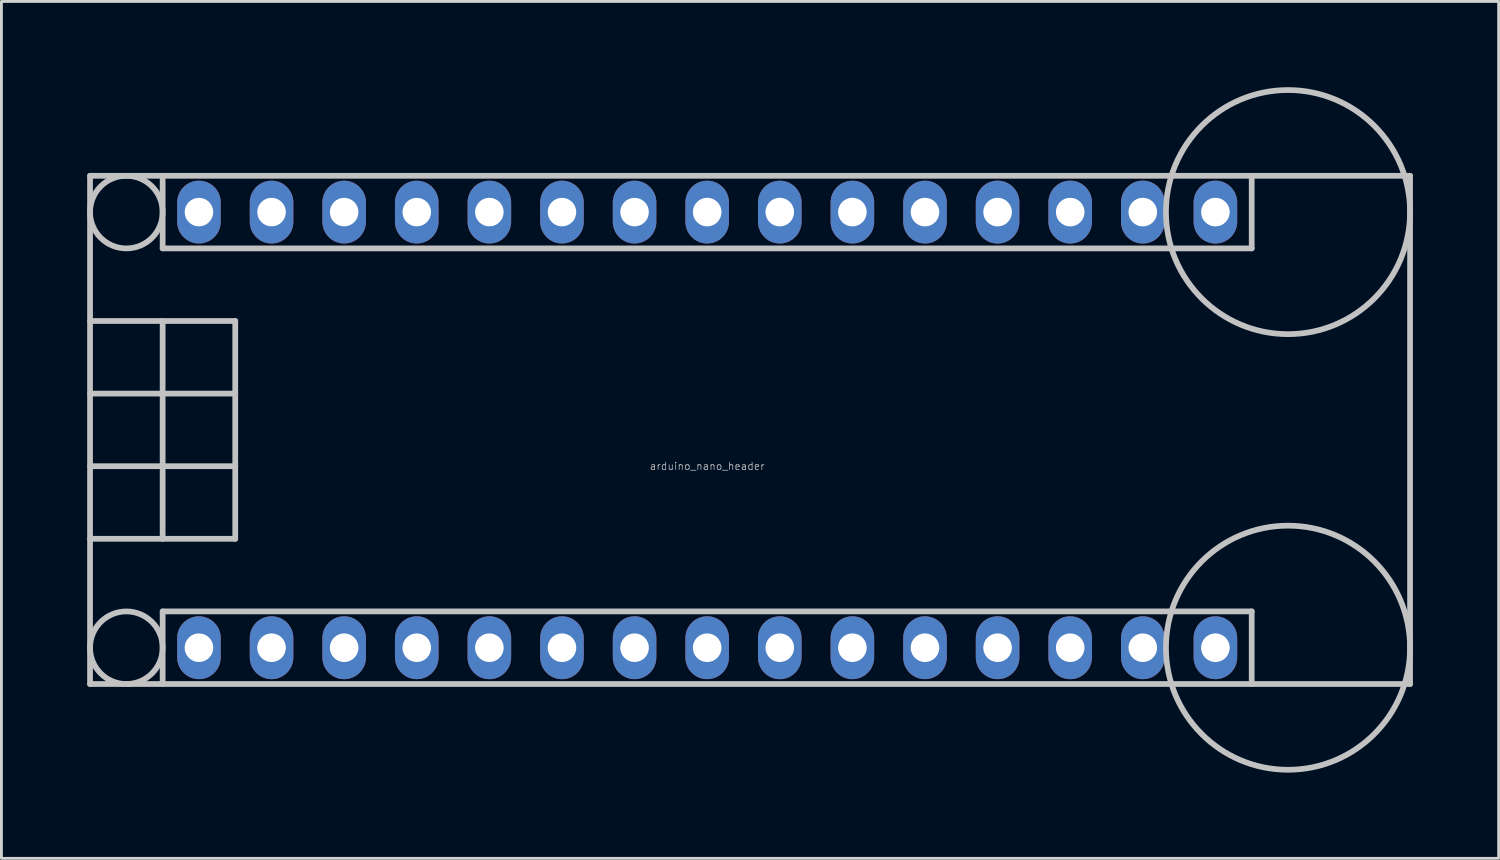
<source format=kicad_pcb>
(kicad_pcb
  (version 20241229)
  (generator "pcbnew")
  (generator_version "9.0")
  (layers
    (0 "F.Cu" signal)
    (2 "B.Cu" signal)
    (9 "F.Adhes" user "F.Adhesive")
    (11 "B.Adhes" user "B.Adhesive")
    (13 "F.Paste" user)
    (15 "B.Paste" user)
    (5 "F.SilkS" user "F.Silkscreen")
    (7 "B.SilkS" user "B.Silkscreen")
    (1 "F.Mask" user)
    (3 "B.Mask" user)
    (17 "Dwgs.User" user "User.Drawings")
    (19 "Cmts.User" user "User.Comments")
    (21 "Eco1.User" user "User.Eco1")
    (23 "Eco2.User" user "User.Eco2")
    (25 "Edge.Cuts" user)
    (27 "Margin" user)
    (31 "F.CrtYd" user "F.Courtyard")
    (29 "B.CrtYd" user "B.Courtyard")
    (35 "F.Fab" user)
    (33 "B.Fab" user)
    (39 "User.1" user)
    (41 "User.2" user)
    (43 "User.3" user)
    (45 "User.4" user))
  (footprint "arduino_nano_header"
    (layer "F.Cu")
    (at 21.69 11.99)
    (property "Reference" "arduino_nano_header" (at 0 1.27 0) (layer "Dwgs.User") (effects (font (size 0.254 0.254) (thickness 0.025))))
    (attr through_hole)
    (fp_line (start -21.59 -3.81) (end -16.51 -3.81) (stroke (width 0.2) (type solid)) (layer "Dwgs.User"))
    (fp_line (start -21.59 8.89) (end -21.59 -8.89) (stroke (width 0.2) (type solid)) (layer "Dwgs.User"))
    (fp_line (start -21.59 8.89) (end 24.59 8.89) (stroke (width 0.2) (type solid)) (layer "Dwgs.User"))
    (fp_line (start -19.05 -8.89) (end -19.05 -6.35) (stroke (width 0.2) (type solid)) (layer "Dwgs.User"))
    (fp_line (start -19.05 -3.81) (end -19.05 3.81) (stroke (width 0.2) (type solid)) (layer "Dwgs.User"))
    (fp_line (start -19.05 6.35) (end 19.05 6.35) (stroke (width 0.2) (type solid)) (layer "Dwgs.User"))
    (fp_line (start -19.05 8.89) (end -19.05 6.35) (stroke (width 0.2) (type solid)) (layer "Dwgs.User"))
    (fp_line (start -16.51 -3.81) (end -16.51 3.81) (stroke (width 0.2) (type solid)) (layer "Dwgs.User"))
    (fp_line (start -16.51 -1.27) (end -21.59 -1.27) (stroke (width 0.2) (type solid)) (layer "Dwgs.User"))
    (fp_line (start -16.51 1.27) (end -21.59 1.27) (stroke (width 0.2) (type solid)) (layer "Dwgs.User"))
    (fp_line (start -16.51 3.81) (end -21.59 3.81) (stroke (width 0.2) (type solid)) (layer "Dwgs.User"))
    (fp_line (start 19.05 -6.35) (end -19.05 -6.35) (stroke (width 0.2) (type solid)) (layer "Dwgs.User"))
    (fp_line (start 19.05 -6.35) (end 19.05 -8.89) (stroke (width 0.2) (type solid)) (layer "Dwgs.User"))
    (fp_line (start 19.05 8.89) (end 19.05 6.35) (stroke (width 0.2) (type solid)) (layer "Dwgs.User"))
    (fp_line (start 24.59 -8.89) (end -21.59 -8.89) (stroke (width 0.2) (type solid)) (layer "Dwgs.User"))
    (fp_line (start 24.59 8.89) (end 24.59 -8.89) (stroke (width 0.2) (type solid)) (layer "Dwgs.User"))
    (fp_circle (center -20.32 -7.62) (end -21.59 -7.62) (stroke (width 0.2) (type solid)) (fill no) (layer "Dwgs.User"))
    (fp_circle (center -20.32 7.62) (end -21.59 7.62) (stroke (width 0.2) (type solid)) (fill no) (layer "Dwgs.User"))
    (fp_circle (center 20.32 -7.62) (end 24.59 -7.62) (stroke (width 0.2) (type solid)) (fill no) (layer "Dwgs.User"))
    (fp_circle (center 20.32 7.62) (end 24.59 7.62) (stroke (width 0.2) (type solid)) (fill no) (layer "Dwgs.User"))
    (pad "1" thru_hole oval (at -17.78 7.62) (size 1.524 2.2) (drill 1.001) (layers "*.Cu" "*.Mask"))
    (pad "2" thru_hole oval (at -15.24 7.62) (size 1.524 2.2) (drill 1.001) (layers "*.Cu" "*.Mask"))
    (pad "3" thru_hole oval (at -12.7 7.62) (size 1.524 2.2) (drill 1.001) (layers "*.Cu" "*.Mask"))
    (pad "4" thru_hole oval (at -10.16 7.62) (size 1.524 2.2) (drill 1.001) (layers "*.Cu" "*.Mask"))
    (pad "5" thru_hole oval (at -7.62 7.62) (size 1.524 2.2) (drill 1.001) (layers "*.Cu" "*.Mask"))
    (pad "6" thru_hole oval (at -5.08 7.62) (size 1.524 2.2) (drill 1.001) (layers "*.Cu" "*.Mask"))
    (pad "7" thru_hole oval (at -2.54 7.62) (size 1.524 2.2) (drill 1.001) (layers "*.Cu" "*.Mask"))
    (pad "8" thru_hole oval (at 0 7.62) (size 1.524 2.2) (drill 1.001) (layers "*.Cu" "*.Mask"))
    (pad "9" thru_hole oval (at 2.54 7.62) (size 1.524 2.2) (drill 1.001) (layers "*.Cu" "*.Mask"))
    (pad "10" thru_hole oval (at 5.08 7.62) (size 1.524 2.2) (drill 1.001) (layers "*.Cu" "*.Mask"))
    (pad "11" thru_hole oval (at 7.62 7.62) (size 1.524 2.2) (drill 1.001) (layers "*.Cu" "*.Mask"))
    (pad "12" thru_hole oval (at 10.16 7.62) (size 1.524 2.2) (drill 1.001) (layers "*.Cu" "*.Mask"))
    (pad "13" thru_hole oval (at 12.7 7.62) (size 1.524 2.2) (drill 1.001) (layers "*.Cu" "*.Mask"))
    (pad "14" thru_hole oval (at 15.24 7.62) (size 1.524 2.2) (drill 1.001) (layers "*.Cu" "*.Mask"))
    (pad "15" thru_hole oval (at 17.78 7.62) (size 1.524 2.2) (drill 1.001) (layers "*.Cu" "*.Mask"))
    (pad "16" thru_hole oval (at 17.78 -7.62) (size 1.524 2.2) (drill 1.001) (layers "*.Cu" "*.Mask"))
    (pad "17" thru_hole oval (at 15.24 -7.62) (size 1.524 2.2) (drill 1.001) (layers "*.Cu" "*.Mask"))
    (pad "18" thru_hole oval (at 12.7 -7.62) (size 1.524 2.2) (drill 1.001) (layers "*.Cu" "*.Mask"))
    (pad "19" thru_hole oval (at 10.16 -7.62) (size 1.524 2.2) (drill 1.001) (layers "*.Cu" "*.Mask"))
    (pad "20" thru_hole oval (at 7.62 -7.62) (size 1.524 2.197) (drill 1.001) (layers "*.Cu" "*.Mask"))
    (pad "21" thru_hole oval (at 5.08 -7.62) (size 1.524 2.197) (drill 1.001) (layers "*.Cu" "*.Mask"))
    (pad "22" thru_hole oval (at 2.54 -7.62) (size 1.524 2.197) (drill 1.001) (layers "*.Cu" "*.Mask"))
    (pad "23" thru_hole oval (at 0 -7.62) (size 1.524 2.197) (drill 1.001) (layers "*.Cu" "*.Mask"))
    (pad "24" thru_hole oval (at -2.54 -7.62) (size 1.524 2.197) (drill 0.998) (layers "*.Cu" "*.Mask"))
    (pad "25" thru_hole oval (at -5.08 -7.62) (size 1.524 2.197) (drill 0.998) (layers "*.Cu" "*.Mask"))
    (pad "26" thru_hole oval (at -7.62 -7.62) (size 1.524 2.197) (drill 0.998) (layers "*.Cu" "*.Mask"))
    (pad "27" thru_hole oval (at -10.16 -7.62) (size 1.524 2.197) (drill 0.998) (layers "*.Cu" "*.Mask"))
    (pad "28" thru_hole oval (at -12.7 -7.62) (size 1.524 2.197) (drill 0.998) (layers "*.Cu" "*.Mask"))
    (pad "29" thru_hole oval (at -15.24 -7.62) (size 1.524 2.197) (drill 0.998) (layers "*.Cu" "*.Mask"))
    (pad "30" thru_hole oval (at -17.78 -7.62) (size 1.524 2.197) (drill 0.998) (layers "*.Cu" "*.Mask")))
  (gr_rect
    (start -3 -3)
    (end 49.38 26.98)
    (stroke (width 0.1) (type default))
    (fill no)
    (layer "Edge.Cuts")))
</source>
